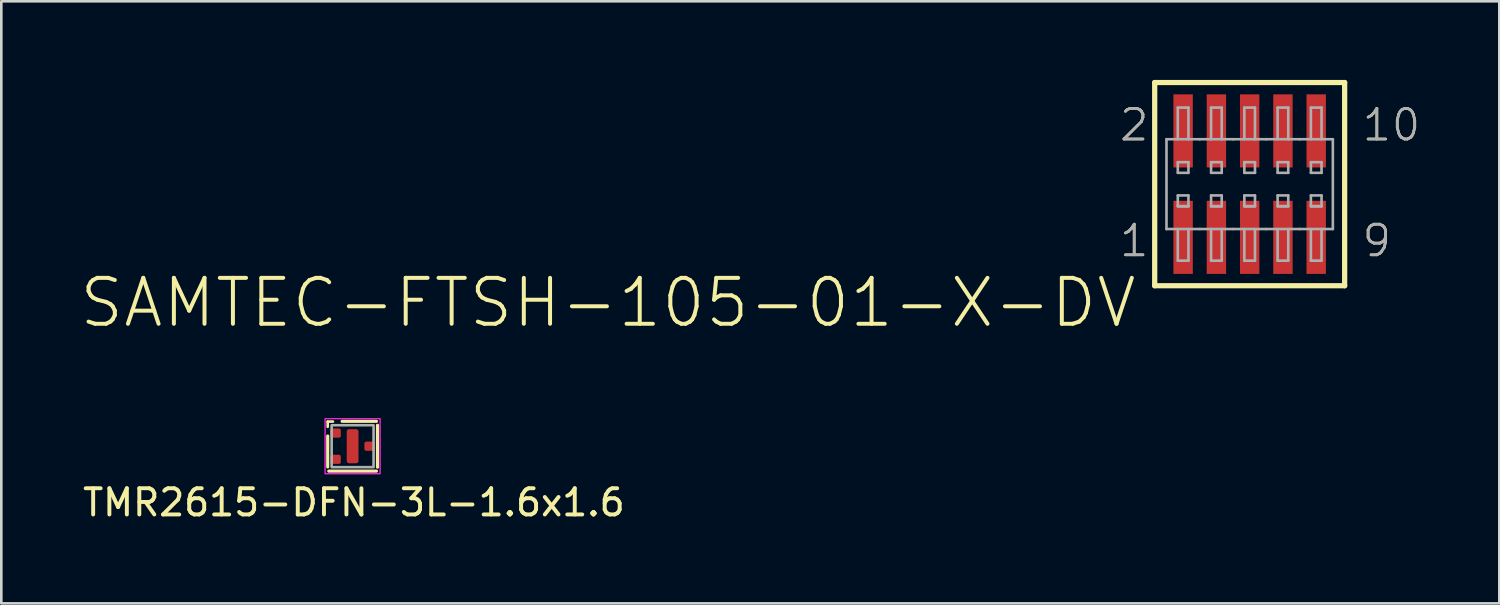
<source format=kicad_pcb>
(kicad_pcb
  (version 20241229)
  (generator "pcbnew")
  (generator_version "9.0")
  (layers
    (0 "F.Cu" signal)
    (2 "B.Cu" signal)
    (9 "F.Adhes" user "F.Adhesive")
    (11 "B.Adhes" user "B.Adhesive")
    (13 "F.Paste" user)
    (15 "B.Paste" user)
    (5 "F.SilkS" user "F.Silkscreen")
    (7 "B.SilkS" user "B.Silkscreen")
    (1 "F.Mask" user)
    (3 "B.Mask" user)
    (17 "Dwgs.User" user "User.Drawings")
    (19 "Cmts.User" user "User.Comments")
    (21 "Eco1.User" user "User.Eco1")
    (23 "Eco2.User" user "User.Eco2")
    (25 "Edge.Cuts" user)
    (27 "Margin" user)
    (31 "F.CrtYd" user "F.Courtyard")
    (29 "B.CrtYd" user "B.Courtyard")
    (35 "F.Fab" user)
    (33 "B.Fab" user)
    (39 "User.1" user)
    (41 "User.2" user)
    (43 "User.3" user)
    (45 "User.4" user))
  (footprint "TMR2615-DFN-3L-1.6x1.6"
    (layer "F.Cu")
    (at 10.408 13.981)
    (property "Reference" "TMR2615-DFN-3L-1.6x1.6" (at 0.05 2.15 0) (layer "F.SilkS") (effects (font (size 1 1) (thickness 0.15))))
    (attr smd)
    (fp_line (start -0.95 -0.94) (end -0.75 -0.94) (stroke (width 0.1) (type default)) (layer "F.SilkS"))
    (fp_line (start -0.95 -0.74) (end -0.95 -0.94) (stroke (width 0.1) (type default)) (layer "F.SilkS"))
    (fp_line (start -0.95 0.79) (end -0.95 -0.39) (stroke (width 0.12) (type solid)) (layer "F.SilkS"))
    (fp_line (start -0.4 -0.95) (end 0.91 -0.95) (stroke (width 0.12) (type solid)) (layer "F.SilkS"))
    (fp_line (start 0.91 0.95) (end -0.91 0.95) (stroke (width 0.12) (type solid)) (layer "F.SilkS"))
    (fp_line (start 0.95 -0.8) (end 0.95 0.8) (stroke (width 0.12) (type solid)) (layer "F.SilkS"))
    (fp_rect (start -1.05 -1.05) (end 1.05 1.05) (stroke (width 0.05) (type solid)) (fill no) (layer "F.CrtYd"))
    (fp_rect (start -0.8 -0.8) (end 0.8 0.8) (stroke (width 0.1) (type solid)) (fill no) (layer "F.Fab"))
    (pad "1" smd roundrect (at -0.65 -0.5) (size 0.4 0.35) (layers "F.Cu" "F.Mask" "F.Paste") (roundrect_rratio 0.2))
    (pad "2" smd roundrect (at -0.65 0.5) (size 0.4 0.35) (layers "F.Cu" "F.Mask" "F.Paste") (roundrect_rratio 0.2))
    (pad "2" smd roundrect (at 0 0) (size 0.45 1.3) (layers "F.Cu" "F.Mask" "F.Paste") (roundrect_rratio 0.2))
    (pad "3" smd roundrect (at 0.65 0) (size 0.4 0.35) (layers "F.Cu" "F.Mask" "F.Paste") (roundrect_rratio 0.2)))
  (footprint "SAMTEC-FTSH-105-01-X-DV"
    (layer "F.Cu")
    (at 44.647 3.978)
    (property "Reference" "SAMTEC-FTSH-105-01-X-DV" (at -4.231 5.552 0) (unlocked yes) (layer "F.SilkS") (effects (font (size 1.753 1.753) (thickness 0.152)) (justify right bottom)))
    (fp_poly (pts (xy -2.961 -0.586) (xy -2.119 -0.586) (xy -2.119 -3.478) (xy -2.961 -3.478)) (stroke (width 0) (type default)) (fill yes) (layer "F.Mask"))
    (fp_poly (pts (xy -2.961 3.478) (xy -2.119 3.478) (xy -2.119 0.586) (xy -2.961 0.586)) (stroke (width 0) (type default)) (fill yes) (layer "F.Mask"))
    (fp_poly (pts (xy -1.691 -0.586) (xy -0.849 -0.586) (xy -0.849 -3.478) (xy -1.691 -3.478)) (stroke (width 0) (type default)) (fill yes) (layer "F.Mask"))
    (fp_poly (pts (xy -1.691 3.478) (xy -0.849 3.478) (xy -0.849 0.586) (xy -1.691 0.586)) (stroke (width 0) (type default)) (fill yes) (layer "F.Mask"))
    (fp_poly (pts (xy -0.421 -0.586) (xy 0.421 -0.586) (xy 0.421 -3.478) (xy -0.421 -3.478)) (stroke (width 0) (type default)) (fill yes) (layer "F.Mask"))
    (fp_poly (pts (xy -0.421 3.478) (xy 0.421 3.478) (xy 0.421 0.586) (xy -0.421 0.586)) (stroke (width 0) (type default)) (fill yes) (layer "F.Mask"))
    (fp_poly (pts (xy 0.849 -0.586) (xy 1.691 -0.586) (xy 1.691 -3.478) (xy 0.849 -3.478)) (stroke (width 0) (type default)) (fill yes) (layer "F.Mask"))
    (fp_poly (pts (xy 0.849 3.478) (xy 1.691 3.478) (xy 1.691 0.586) (xy 0.849 0.586)) (stroke (width 0) (type default)) (fill yes) (layer "F.Mask"))
    (fp_poly (pts (xy 2.119 -0.586) (xy 2.961 -0.586) (xy 2.961 -3.478) (xy 2.119 -3.478)) (stroke (width 0) (type default)) (fill yes) (layer "F.Mask"))
    (fp_poly (pts (xy 2.119 3.478) (xy 2.961 3.478) (xy 2.961 0.586) (xy 2.119 0.586)) (stroke (width 0) (type default)) (fill yes) (layer "F.Mask"))
    (fp_line (start -3.625 -3.878) (end -3.625 3.878) (stroke (width 0.2) (type solid)) (layer "F.SilkS"))
    (fp_line (start -3.625 3.878) (end 3.625 3.878) (stroke (width 0.2) (type solid)) (layer "F.SilkS"))
    (fp_line (start 3.625 -3.878) (end -3.625 -3.878) (stroke (width 0.2) (type solid)) (layer "F.SilkS"))
    (fp_line (start 3.625 3.878) (end 3.625 -3.878) (stroke (width 0.2) (type solid)) (layer "F.SilkS"))
    (fp_poly (pts (xy -2.91 -0.637) (xy -2.17 -0.637) (xy -2.17 -3.427) (xy -2.91 -3.427)) (stroke (width 0) (type default)) (fill yes) (layer "F.Paste"))
    (fp_poly (pts (xy -2.91 3.427) (xy -2.17 3.427) (xy -2.17 0.637) (xy -2.91 0.637)) (stroke (width 0) (type default)) (fill yes) (layer "F.Paste"))
    (fp_poly (pts (xy -1.64 -0.637) (xy -0.9 -0.637) (xy -0.9 -3.427) (xy -1.64 -3.427)) (stroke (width 0) (type default)) (fill yes) (layer "F.Paste"))
    (fp_poly (pts (xy -1.64 3.427) (xy -0.9 3.427) (xy -0.9 0.637) (xy -1.64 0.637)) (stroke (width 0) (type default)) (fill yes) (layer "F.Paste"))
    (fp_poly (pts (xy -0.37 -0.637) (xy 0.37 -0.637) (xy 0.37 -3.427) (xy -0.37 -3.427)) (stroke (width 0) (type default)) (fill yes) (layer "F.Paste"))
    (fp_poly (pts (xy -0.37 3.427) (xy 0.37 3.427) (xy 0.37 0.637) (xy -0.37 0.637)) (stroke (width 0) (type default)) (fill yes) (layer "F.Paste"))
    (fp_poly (pts (xy 0.9 -0.637) (xy 1.64 -0.637) (xy 1.64 -3.427) (xy 0.9 -3.427)) (stroke (width 0) (type default)) (fill yes) (layer "F.Paste"))
    (fp_poly (pts (xy 0.9 3.427) (xy 1.64 3.427) (xy 1.64 0.637) (xy 0.9 0.637)) (stroke (width 0) (type default)) (fill yes) (layer "F.Paste"))
    (fp_poly (pts (xy 2.17 -0.637) (xy 2.91 -0.637) (xy 2.91 -3.427) (xy 2.17 -3.427)) (stroke (width 0) (type default)) (fill yes) (layer "F.Paste"))
    (fp_poly (pts (xy 2.17 3.427) (xy 2.91 3.427) (xy 2.91 0.637) (xy 2.17 0.637)) (stroke (width 0) (type default)) (fill yes) (layer "F.Paste"))
    (fp_line (start -3.175 -1.714) (end -3.175 1.714) (stroke (width 0.1) (type solid)) (layer "F.Fab"))
    (fp_line (start -3.175 1.714) (end -1.905 1.714) (stroke (width 0.1) (type solid)) (layer "F.Fab"))
    (fp_line (start -2.743 -1.714) (end -2.743 -2.921) (stroke (width 0.1) (type solid)) (layer "F.Fab"))
    (fp_line (start -2.743 -0.432) (end -2.743 -0.838) (stroke (width 0.1) (type solid)) (layer "F.Fab"))
    (fp_line (start -2.743 0.838) (end -2.743 0.432) (stroke (width 0.1) (type solid)) (layer "F.Fab"))
    (fp_line (start -2.743 0.851) (end -2.337 0.851) (stroke (width 0.1) (type solid)) (layer "F.Fab"))
    (fp_line (start -2.743 2.921) (end -2.743 1.714) (stroke (width 0.1) (type solid)) (layer "F.Fab"))
    (fp_line (start -2.337 -2.921) (end -2.743 -2.921) (stroke (width 0.1) (type solid)) (layer "F.Fab"))
    (fp_line (start -2.337 -2.921) (end -2.337 -1.714) (stroke (width 0.1) (type solid)) (layer "F.Fab"))
    (fp_line (start -2.337 -0.838) (end -2.743 -0.838) (stroke (width 0.1) (type solid)) (layer "F.Fab"))
    (fp_line (start -2.337 -0.432) (end -2.743 -0.432) (stroke (width 0.1) (type solid)) (layer "F.Fab"))
    (fp_line (start -2.337 -0.432) (end -2.337 -0.838) (stroke (width 0.1) (type solid)) (layer "F.Fab"))
    (fp_line (start -2.337 0.432) (end -2.743 0.432) (stroke (width 0.1) (type solid)) (layer "F.Fab"))
    (fp_line (start -2.337 0.838) (end -2.743 0.838) (stroke (width 0.1) (type solid)) (layer "F.Fab"))
    (fp_line (start -2.337 0.838) (end -2.337 0.432) (stroke (width 0.1) (type solid)) (layer "F.Fab"))
    (fp_line (start -2.337 1.714) (end -2.337 2.921) (stroke (width 0.1) (type solid)) (layer "F.Fab"))
    (fp_line (start -2.337 2.921) (end -2.743 2.921) (stroke (width 0.1) (type solid)) (layer "F.Fab"))
    (fp_line (start -1.905 -1.714) (end -3.175 -1.714) (stroke (width 0.1) (type solid)) (layer "F.Fab"))
    (fp_line (start -1.905 1.714) (end -0.635 1.714) (stroke (width 0.1) (type solid)) (layer "F.Fab"))
    (fp_line (start -1.473 -1.714) (end -1.473 -2.921) (stroke (width 0.1) (type solid)) (layer "F.Fab"))
    (fp_line (start -1.473 -0.432) (end -1.473 -0.838) (stroke (width 0.1) (type solid)) (layer "F.Fab"))
    (fp_line (start -1.473 0.838) (end -1.473 0.432) (stroke (width 0.1) (type solid)) (layer "F.Fab"))
    (fp_line (start -1.473 0.851) (end -1.067 0.851) (stroke (width 0.1) (type solid)) (layer "F.Fab"))
    (fp_line (start -1.473 2.921) (end -1.473 1.714) (stroke (width 0.1) (type solid)) (layer "F.Fab"))
    (fp_line (start -1.067 -2.921) (end -1.473 -2.921) (stroke (width 0.1) (type solid)) (layer "F.Fab"))
    (fp_line (start -1.067 -2.921) (end -1.067 -1.714) (stroke (width 0.1) (type solid)) (layer "F.Fab"))
    (fp_line (start -1.067 -0.838) (end -1.473 -0.838) (stroke (width 0.1) (type solid)) (layer "F.Fab"))
    (fp_line (start -1.067 -0.432) (end -1.473 -0.432) (stroke (width 0.1) (type solid)) (layer "F.Fab"))
    (fp_line (start -1.067 -0.432) (end -1.067 -0.838) (stroke (width 0.1) (type solid)) (layer "F.Fab"))
    (fp_line (start -1.067 0.432) (end -1.473 0.432) (stroke (width 0.1) (type solid)) (layer "F.Fab"))
    (fp_line (start -1.067 0.838) (end -1.473 0.838) (stroke (width 0.1) (type solid)) (layer "F.Fab"))
    (fp_line (start -1.067 0.838) (end -1.067 0.432) (stroke (width 0.1) (type solid)) (layer "F.Fab"))
    (fp_line (start -1.067 1.714) (end -1.067 2.921) (stroke (width 0.1) (type solid)) (layer "F.Fab"))
    (fp_line (start -1.067 2.921) (end -1.473 2.921) (stroke (width 0.1) (type solid)) (layer "F.Fab"))
    (fp_line (start -0.635 -1.714) (end -1.905 -1.714) (stroke (width 0.1) (type solid)) (layer "F.Fab"))
    (fp_line (start -0.635 1.714) (end 0.635 1.714) (stroke (width 0.1) (type solid)) (layer "F.Fab"))
    (fp_line (start -0.203 -1.714) (end -0.203 -2.921) (stroke (width 0.1) (type solid)) (layer "F.Fab"))
    (fp_line (start -0.203 -0.432) (end -0.203 -0.838) (stroke (width 0.1) (type solid)) (layer "F.Fab"))
    (fp_line (start -0.203 0.838) (end -0.203 0.432) (stroke (width 0.1) (type solid)) (layer "F.Fab"))
    (fp_line (start -0.203 0.851) (end 0.203 0.851) (stroke (width 0.1) (type solid)) (layer "F.Fab"))
    (fp_line (start -0.203 2.921) (end -0.203 1.714) (stroke (width 0.1) (type solid)) (layer "F.Fab"))
    (fp_line (start 0.203 -2.921) (end -0.203 -2.921) (stroke (width 0.1) (type solid)) (layer "F.Fab"))
    (fp_line (start 0.203 -2.921) (end 0.203 -1.714) (stroke (width 0.1) (type solid)) (layer "F.Fab"))
    (fp_line (start 0.203 -0.838) (end -0.203 -0.838) (stroke (width 0.1) (type solid)) (layer "F.Fab"))
    (fp_line (start 0.203 -0.432) (end -0.203 -0.432) (stroke (width 0.1) (type solid)) (layer "F.Fab"))
    (fp_line (start 0.203 -0.432) (end 0.203 -0.838) (stroke (width 0.1) (type solid)) (layer "F.Fab"))
    (fp_line (start 0.203 0.432) (end -0.203 0.432) (stroke (width 0.1) (type solid)) (layer "F.Fab"))
    (fp_line (start 0.203 0.838) (end -0.203 0.838) (stroke (width 0.1) (type solid)) (layer "F.Fab"))
    (fp_line (start 0.203 0.838) (end 0.203 0.432) (stroke (width 0.1) (type solid)) (layer "F.Fab"))
    (fp_line (start 0.203 1.714) (end 0.203 2.921) (stroke (width 0.1) (type solid)) (layer "F.Fab"))
    (fp_line (start 0.203 2.921) (end -0.203 2.921) (stroke (width 0.1) (type solid)) (layer "F.Fab"))
    (fp_line (start 0.635 -1.714) (end -0.635 -1.714) (stroke (width 0.1) (type solid)) (layer "F.Fab"))
    (fp_line (start 0.635 1.714) (end 1.905 1.714) (stroke (width 0.1) (type solid)) (layer "F.Fab"))
    (fp_line (start 1.067 -1.714) (end 1.067 -2.921) (stroke (width 0.1) (type solid)) (layer "F.Fab"))
    (fp_line (start 1.067 -0.432) (end 1.067 -0.838) (stroke (width 0.1) (type solid)) (layer "F.Fab"))
    (fp_line (start 1.067 0.838) (end 1.067 0.432) (stroke (width 0.1) (type solid)) (layer "F.Fab"))
    (fp_line (start 1.067 0.851) (end 1.473 0.851) (stroke (width 0.1) (type solid)) (layer "F.Fab"))
    (fp_line (start 1.067 2.921) (end 1.067 1.714) (stroke (width 0.1) (type solid)) (layer "F.Fab"))
    (fp_line (start 1.473 -2.921) (end 1.067 -2.921) (stroke (width 0.1) (type solid)) (layer "F.Fab"))
    (fp_line (start 1.473 -2.921) (end 1.473 -1.714) (stroke (width 0.1) (type solid)) (layer "F.Fab"))
    (fp_line (start 1.473 -0.838) (end 1.067 -0.838) (stroke (width 0.1) (type solid)) (layer "F.Fab"))
    (fp_line (start 1.473 -0.432) (end 1.067 -0.432) (stroke (width 0.1) (type solid)) (layer "F.Fab"))
    (fp_line (start 1.473 -0.432) (end 1.473 -0.838) (stroke (width 0.1) (type solid)) (layer "F.Fab"))
    (fp_line (start 1.473 0.432) (end 1.067 0.432) (stroke (width 0.1) (type solid)) (layer "F.Fab"))
    (fp_line (start 1.473 0.838) (end 1.067 0.838) (stroke (width 0.1) (type solid)) (layer "F.Fab"))
    (fp_line (start 1.473 0.838) (end 1.473 0.432) (stroke (width 0.1) (type solid)) (layer "F.Fab"))
    (fp_line (start 1.473 1.714) (end 1.473 2.921) (stroke (width 0.1) (type solid)) (layer "F.Fab"))
    (fp_line (start 1.473 2.921) (end 1.067 2.921) (stroke (width 0.1) (type solid)) (layer "F.Fab"))
    (fp_line (start 1.905 -1.714) (end 0.635 -1.714) (stroke (width 0.1) (type solid)) (layer "F.Fab"))
    (fp_line (start 1.905 1.714) (end 3.175 1.714) (stroke (width 0.1) (type solid)) (layer "F.Fab"))
    (fp_line (start 2.337 -1.714) (end 2.337 -2.921) (stroke (width 0.1) (type solid)) (layer "F.Fab"))
    (fp_line (start 2.337 -0.432) (end 2.337 -0.838) (stroke (width 0.1) (type solid)) (layer "F.Fab"))
    (fp_line (start 2.337 0.838) (end 2.337 0.432) (stroke (width 0.1) (type solid)) (layer "F.Fab"))
    (fp_line (start 2.337 0.851) (end 2.743 0.851) (stroke (width 0.1) (type solid)) (layer "F.Fab"))
    (fp_line (start 2.337 2.921) (end 2.337 1.714) (stroke (width 0.1) (type solid)) (layer "F.Fab"))
    (fp_line (start 2.743 -2.921) (end 2.337 -2.921) (stroke (width 0.1) (type solid)) (layer "F.Fab"))
    (fp_line (start 2.743 -2.921) (end 2.743 -1.714) (stroke (width 0.1) (type solid)) (layer "F.Fab"))
    (fp_line (start 2.743 -0.838) (end 2.337 -0.838) (stroke (width 0.1) (type solid)) (layer "F.Fab"))
    (fp_line (start 2.743 -0.432) (end 2.337 -0.432) (stroke (width 0.1) (type solid)) (layer "F.Fab"))
    (fp_line (start 2.743 -0.432) (end 2.743 -0.838) (stroke (width 0.1) (type solid)) (layer "F.Fab"))
    (fp_line (start 2.743 0.432) (end 2.337 0.432) (stroke (width 0.1) (type solid)) (layer "F.Fab"))
    (fp_line (start 2.743 0.838) (end 2.337 0.838) (stroke (width 0.1) (type solid)) (layer "F.Fab"))
    (fp_line (start 2.743 0.838) (end 2.743 0.432) (stroke (width 0.1) (type solid)) (layer "F.Fab"))
    (fp_line (start 2.743 1.714) (end 2.743 2.921) (stroke (width 0.1) (type solid)) (layer "F.Fab"))
    (fp_line (start 2.743 2.921) (end 2.337 2.921) (stroke (width 0.1) (type solid)) (layer "F.Fab"))
    (fp_line (start 3.175 -1.714) (end 1.905 -1.714) (stroke (width 0.1) (type solid)) (layer "F.Fab"))
    (fp_line (start 3.175 1.714) (end 3.175 -1.714) (stroke (width 0.1) (type solid)) (layer "F.Fab"))
    (fp_text user "1" (at -5.031 2.845 0) (unlocked yes) (layer "F.SilkS") (effects (font (size 1.168 1.168) (thickness 0.102)) (justify left bottom)))
    (fp_text user "10" (at 4.231 -1.575 0) (unlocked yes) (layer "F.SilkS") (effects (font (size 1.168 1.168) (thickness 0.102)) (justify left bottom)))
    (fp_text user "9" (at 4.231 2.845 0) (unlocked yes) (layer "F.SilkS") (effects (font (size 1.168 1.168) (thickness 0.102)) (justify left bottom)))
    (fp_text user "2" (at -5.031 -1.575 0) (unlocked yes) (layer "F.SilkS") (effects (font (size 1.168 1.168) (thickness 0.102)) (justify left bottom)))
    (fp_text user "10" (at 4.231 -1.575 0) (unlocked yes) (layer "F.Fab") (effects (font (size 1.168 1.168) (thickness 0.102)) (justify left bottom)))
    (fp_text user "1" (at -5.031 2.845 0) (unlocked yes) (layer "F.Fab") (effects (font (size 1.168 1.168) (thickness 0.102)) (justify left bottom)))
    (fp_text user "2" (at -5.031 -1.575 0) (unlocked yes) (layer "F.Fab") (effects (font (size 1.168 1.168) (thickness 0.102)) (justify left bottom)))
    (fp_text user "9" (at 4.231 2.845 0) (unlocked yes) (layer "F.Fab") (effects (font (size 1.168 1.168) (thickness 0.102)) (justify left bottom)))
    (pad "1" smd rect (at -2.54 2.032) (size 0.74 2.79) (layers "F.Cu" "F.Paste"))
    (pad "2" smd rect (at -2.54 -2.032) (size 0.74 2.79) (layers "F.Cu" "F.Paste"))
    (pad "3" smd rect (at -1.27 2.032) (size 0.74 2.79) (layers "F.Cu" "F.Paste"))
    (pad "4" smd rect (at -1.27 -2.032) (size 0.74 2.79) (layers "F.Cu" "F.Paste"))
    (pad "5" smd rect (at 0 2.032) (size 0.74 2.79) (layers "F.Cu" "F.Paste"))
    (pad "6" smd rect (at 0 -2.032) (size 0.74 2.79) (layers "F.Cu" "F.Paste"))
    (pad "7" smd rect (at 1.27 2.032) (size 0.74 2.79) (layers "F.Cu" "F.Paste"))
    (pad "8" smd rect (at 1.27 -2.032) (size 0.74 2.79) (layers "F.Cu" "F.Paste"))
    (pad "9" smd rect (at 2.54 2.032) (size 0.74 2.79) (layers "F.Cu" "F.Paste"))
    (pad "10" smd rect (at 2.54 -2.032) (size 0.74 2.79) (layers "F.Cu" "F.Paste")))
  (gr_rect
    (start -3 -3)
    (end 54.175 19.979)
    (stroke (width 0.1) (type default))
    (fill no)
    (layer "Edge.Cuts")))
</source>
